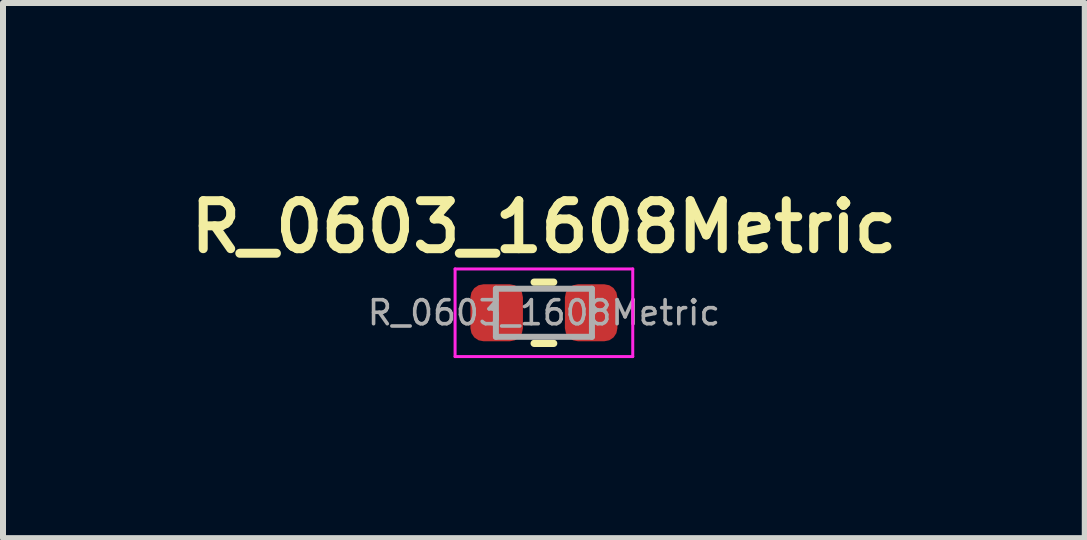
<source format=kicad_pcb>
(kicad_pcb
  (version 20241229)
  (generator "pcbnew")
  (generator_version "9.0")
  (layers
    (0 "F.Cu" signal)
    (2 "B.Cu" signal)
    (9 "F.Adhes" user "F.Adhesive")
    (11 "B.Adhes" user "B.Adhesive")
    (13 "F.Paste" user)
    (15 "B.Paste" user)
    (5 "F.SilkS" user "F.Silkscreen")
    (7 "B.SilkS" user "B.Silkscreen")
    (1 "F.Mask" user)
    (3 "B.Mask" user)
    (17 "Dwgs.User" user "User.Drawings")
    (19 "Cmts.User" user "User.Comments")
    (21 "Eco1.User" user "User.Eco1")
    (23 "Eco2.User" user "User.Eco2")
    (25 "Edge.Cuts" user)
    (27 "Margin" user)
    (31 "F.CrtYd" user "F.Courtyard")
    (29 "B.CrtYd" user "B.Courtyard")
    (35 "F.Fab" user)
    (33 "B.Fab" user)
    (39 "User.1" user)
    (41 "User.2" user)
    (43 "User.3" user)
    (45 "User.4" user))
  (footprint "R_0603_1608Metric"
    (layer "F.Cu")
    (at 6.012 2.161)
    (property "Reference" "R_0603_1608Metric" (at 0 -1.43 0) (layer "F.SilkS") (effects (font (size 0.8 0.8) (thickness 0.15))))
    (attr smd)
    (fp_line (start -0.163 -0.51) (end 0.163 -0.51) (stroke (width 0.12) (type solid)) (layer "F.SilkS"))
    (fp_line (start -0.163 0.51) (end 0.163 0.51) (stroke (width 0.12) (type solid)) (layer "F.SilkS"))
    (fp_line (start -1.48 -0.73) (end 1.48 -0.73) (stroke (width 0.05) (type solid)) (layer "F.CrtYd"))
    (fp_line (start -1.48 0.73) (end -1.48 -0.73) (stroke (width 0.05) (type solid)) (layer "F.CrtYd"))
    (fp_line (start 1.48 -0.73) (end 1.48 0.73) (stroke (width 0.05) (type solid)) (layer "F.CrtYd"))
    (fp_line (start 1.48 0.73) (end -1.48 0.73) (stroke (width 0.05) (type solid)) (layer "F.CrtYd"))
    (fp_line (start -0.8 -0.4) (end 0.8 -0.4) (stroke (width 0.1) (type solid)) (layer "F.Fab"))
    (fp_line (start -0.8 0.4) (end -0.8 -0.4) (stroke (width 0.1) (type solid)) (layer "F.Fab"))
    (fp_line (start 0.8 -0.4) (end 0.8 0.4) (stroke (width 0.1) (type solid)) (layer "F.Fab"))
    (fp_line (start 0.8 0.4) (end -0.8 0.4) (stroke (width 0.1) (type solid)) (layer "F.Fab"))
    (fp_text user "${REFERENCE}" (at 0 0 0) (layer "F.Fab") (effects (font (size 0.4 0.4) (thickness 0.06))))
    (pad "1" smd roundrect (at -0.787 0) (size 0.875 0.95) (layers "F.Cu" "F.Mask" "F.Paste") (roundrect_rratio 0.25))
    (pad "2" smd roundrect (at 0.787 0) (size 0.875 0.95) (layers "F.Cu" "F.Mask" "F.Paste") (roundrect_rratio 0.25)))
  (gr_rect
    (start -3 -3)
    (end 15.023 5.916)
    (stroke (width 0.1) (type default))
    (fill no)
    (layer "Edge.Cuts")))
</source>
